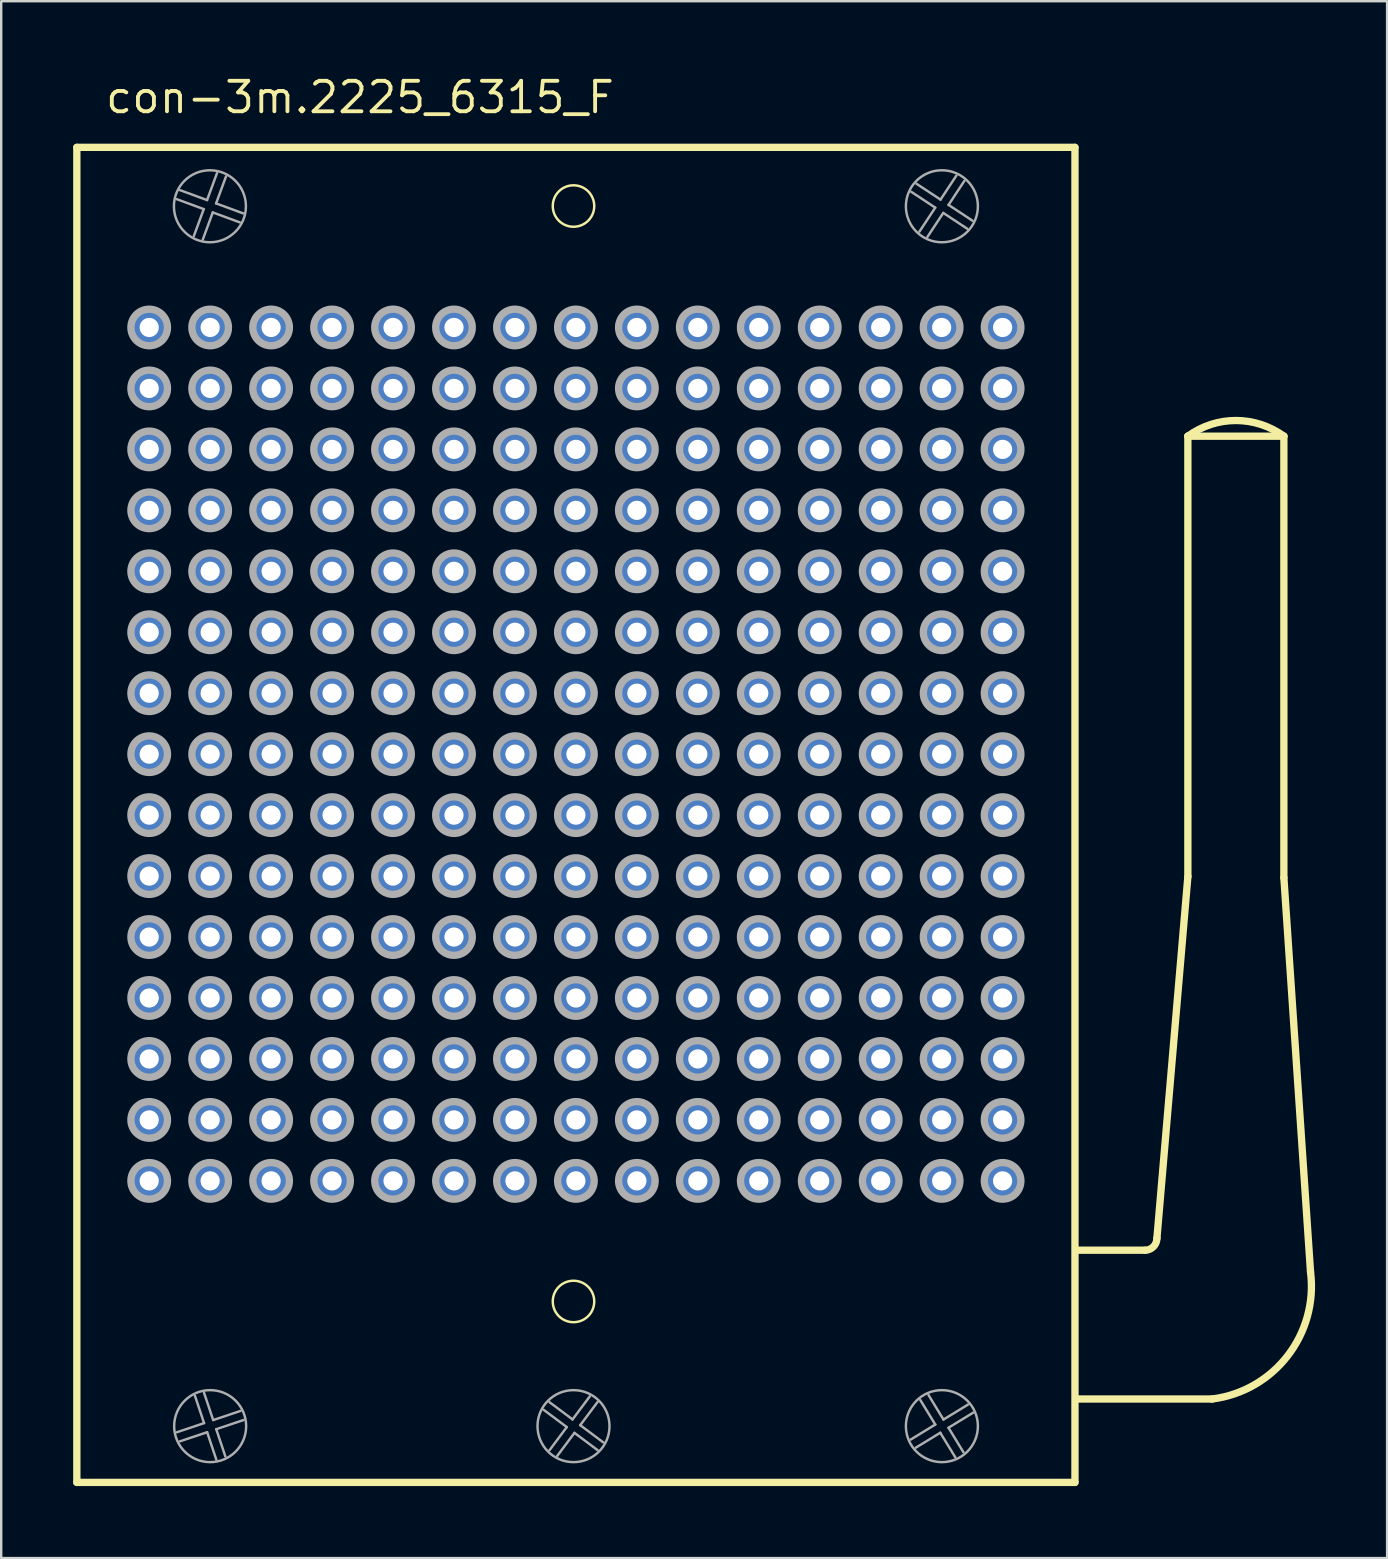
<source format=kicad_pcb>
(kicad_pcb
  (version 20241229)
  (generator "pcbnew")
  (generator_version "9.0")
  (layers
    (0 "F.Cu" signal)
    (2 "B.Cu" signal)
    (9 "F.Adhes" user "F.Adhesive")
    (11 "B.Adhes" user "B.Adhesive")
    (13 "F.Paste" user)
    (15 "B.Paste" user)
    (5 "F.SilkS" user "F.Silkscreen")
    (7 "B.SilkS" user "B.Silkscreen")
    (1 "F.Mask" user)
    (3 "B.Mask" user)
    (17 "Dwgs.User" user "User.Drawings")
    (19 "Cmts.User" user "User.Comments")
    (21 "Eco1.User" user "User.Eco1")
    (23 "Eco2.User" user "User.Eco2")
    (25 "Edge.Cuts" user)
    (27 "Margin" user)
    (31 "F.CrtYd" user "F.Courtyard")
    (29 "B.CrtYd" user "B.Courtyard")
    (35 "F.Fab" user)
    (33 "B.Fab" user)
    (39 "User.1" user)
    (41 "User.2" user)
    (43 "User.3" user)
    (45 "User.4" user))
  (footprint "con-3m.2225_6315_F"
    (layer "F.Cu")
    (at 20.947 28.375)
    (property "Reference" "con-3m.2225_6315_F" (at -19.685 -26.625 0) (layer "F.SilkS") (effects (font (size 1.27 1.27) (thickness 0.16)) (justify left bottom)))
    (attr through_hole)
    (fp_line (start -20.795 -25.285) (end 20.795 -25.285) (stroke (width 0.305) (type default)) (layer "F.SilkS"))
    (fp_line (start -20.795 30.345) (end -20.795 -25.285) (stroke (width 0.305) (type default)) (layer "F.SilkS"))
    (fp_line (start 20.795 -25.285) (end 20.795 30.345) (stroke (width 0.305) (type default)) (layer "F.SilkS"))
    (fp_line (start 20.795 30.345) (end -20.795 30.345) (stroke (width 0.305) (type default)) (layer "F.SilkS"))
    (fp_line (start 23.71 20.67) (end 20.946 20.67) (stroke (width 0.305) (type default)) (layer "F.SilkS"))
    (fp_line (start 24.21 20.17) (end 25.5 5.1) (stroke (width 0.305) (type default)) (layer "F.SilkS"))
    (fp_line (start 25.5 -13.25) (end 29.5 -13.25) (stroke (width 0.305) (type default)) (layer "F.SilkS"))
    (fp_line (start 25.5 5.1) (end 25.5 -13.25) (stroke (width 0.305) (type default)) (layer "F.SilkS"))
    (fp_line (start 26.51 26.87) (end 20.846 26.87) (stroke (width 0.305) (type default)) (layer "F.SilkS"))
    (fp_line (start 29.5 -13.25) (end 29.5 5.15) (stroke (width 0.305) (type default)) (layer "F.SilkS"))
    (fp_line (start 29.5 5.15) (end 30.61 21.57) (stroke (width 0.305) (type default)) (layer "F.SilkS"))
    (fp_arc (start 24.21 20.17) (mid 24.063553 20.523553) (end 23.71 20.67) (stroke (width 0.3048) (type default)) (layer "F.SilkS"))
    (fp_arc (start 25.5 -13.25) (mid 27.5 -13.903325) (end 29.5 -13.25) (stroke (width 0.3048) (type default)) (layer "F.SilkS"))
    (fp_arc (start 30.61 21.57) (mid 29.657666 25.069138) (end 26.51 26.87) (stroke (width 0.3048) (type default)) (layer "F.SilkS"))
    (fp_circle (center -0.1 -22.84) (end 0.764 -22.84) (stroke (width 0.102) (type default)) (fill no) (layer "F.SilkS"))
    (fp_circle (center -0.1 22.805) (end 0.764 22.805) (stroke (width 0.102) (type default)) (fill no) (layer "F.SilkS"))
    (fp_line (start -16.631 28.255) (end -15.493 27.874) (stroke (width 0.102) (type default)) (layer "F.Fab"))
    (fp_line (start -16.495 -23.501) (end -15.369 -23.087) (stroke (width 0.102) (type default)) (layer "F.Fab"))
    (fp_line (start -15.921 -21.585) (end -15.507 -22.711) (stroke (width 0.102) (type default)) (layer "F.Fab"))
    (fp_line (start -15.507 -22.711) (end -16.633 -23.126) (stroke (width 0.102) (type default)) (layer "F.Fab"))
    (fp_line (start -15.495 26.609) (end -15.114 27.747) (stroke (width 0.102) (type default)) (layer "F.Fab"))
    (fp_line (start -15.493 27.874) (end -15.874 26.736) (stroke (width 0.102) (type default)) (layer "F.Fab"))
    (fp_line (start -15.369 -23.087) (end -14.954 -24.213) (stroke (width 0.102) (type default)) (layer "F.Fab"))
    (fp_line (start -15.366 28.253) (end -16.504 28.634) (stroke (width 0.102) (type default)) (layer "F.Fab"))
    (fp_line (start -15.131 -22.573) (end -15.546 -21.447) (stroke (width 0.102) (type default)) (layer "F.Fab"))
    (fp_line (start -15.114 27.747) (end -13.976 27.366) (stroke (width 0.102) (type default)) (layer "F.Fab"))
    (fp_line (start -14.993 -22.949) (end -13.867 -22.534) (stroke (width 0.102) (type default)) (layer "F.Fab"))
    (fp_line (start -14.987 28.126) (end -14.606 29.264) (stroke (width 0.102) (type default)) (layer "F.Fab"))
    (fp_line (start -14.985 29.391) (end -15.366 28.253) (stroke (width 0.102) (type default)) (layer "F.Fab"))
    (fp_line (start -14.579 -24.075) (end -14.993 -22.949) (stroke (width 0.102) (type default)) (layer "F.Fab"))
    (fp_line (start -14.005 -22.159) (end -15.131 -22.573) (stroke (width 0.102) (type default)) (layer "F.Fab"))
    (fp_line (start -13.849 27.745) (end -14.987 28.126) (stroke (width 0.102) (type default)) (layer "F.Fab"))
    (fp_line (start -1.101 27.001) (end -0.14 27.72) (stroke (width 0.102) (type default)) (layer "F.Fab"))
    (fp_line (start -1.099 29.001) (end -0.38 28.04) (stroke (width 0.102) (type default)) (layer "F.Fab"))
    (fp_line (start -0.38 28.04) (end -1.341 27.322) (stroke (width 0.102) (type default)) (layer "F.Fab"))
    (fp_line (start -0.14 27.72) (end 0.579 26.759) (stroke (width 0.102) (type default)) (layer "F.Fab"))
    (fp_line (start -0.06 28.28) (end -0.778 29.241) (stroke (width 0.102) (type default)) (layer "F.Fab"))
    (fp_line (start 0.18 27.96) (end 1.141 28.678) (stroke (width 0.102) (type default)) (layer "F.Fab"))
    (fp_line (start 0.899 26.999) (end 0.18 27.96) (stroke (width 0.102) (type default)) (layer "F.Fab"))
    (fp_line (start 0.901 28.999) (end -0.06 28.28) (stroke (width 0.102) (type default)) (layer "F.Fab"))
    (fp_line (start 13.951 28.559) (end 14.975 27.933) (stroke (width 0.102) (type default)) (layer "F.Fab"))
    (fp_line (start 14.191 -23.768) (end 15.193 -23.107) (stroke (width 0.102) (type default)) (layer "F.Fab"))
    (fp_line (start 14.312 -21.771) (end 14.973 -22.773) (stroke (width 0.102) (type default)) (layer "F.Fab"))
    (fp_line (start 14.691 26.701) (end 15.316 27.725) (stroke (width 0.102) (type default)) (layer "F.Fab"))
    (fp_line (start 14.973 -22.773) (end 13.971 -23.434) (stroke (width 0.102) (type default)) (layer "F.Fab"))
    (fp_line (start 14.975 27.933) (end 14.35 26.909) (stroke (width 0.102) (type default)) (layer "F.Fab"))
    (fp_line (start 15.183 28.275) (end 14.159 28.9) (stroke (width 0.102) (type default)) (layer "F.Fab"))
    (fp_line (start 15.193 -23.107) (end 15.854 -24.109) (stroke (width 0.102) (type default)) (layer "F.Fab"))
    (fp_line (start 15.307 -22.553) (end 14.646 -21.551) (stroke (width 0.102) (type default)) (layer "F.Fab"))
    (fp_line (start 15.316 27.725) (end 16.341 27.1) (stroke (width 0.102) (type default)) (layer "F.Fab"))
    (fp_line (start 15.525 28.066) (end 16.15 29.091) (stroke (width 0.102) (type default)) (layer "F.Fab"))
    (fp_line (start 15.527 -22.887) (end 16.529 -22.226) (stroke (width 0.102) (type default)) (layer "F.Fab"))
    (fp_line (start 15.809 29.299) (end 15.183 28.275) (stroke (width 0.102) (type default)) (layer "F.Fab"))
    (fp_line (start 16.188 -23.889) (end 15.527 -22.887) (stroke (width 0.102) (type default)) (layer "F.Fab"))
    (fp_line (start 16.309 -21.892) (end 15.307 -22.553) (stroke (width 0.102) (type default)) (layer "F.Fab"))
    (fp_line (start 16.549 27.441) (end 15.525 28.066) (stroke (width 0.102) (type default)) (layer "F.Fab"))
    (fp_circle (center -17.78 -17.78) (end -17.018 -17.78) (stroke (width 0.305) (type default)) (fill no) (layer "F.Fab"))
    (fp_circle (center -17.78 -15.24) (end -17.018 -15.24) (stroke (width 0.305) (type default)) (fill no) (layer "F.Fab"))
    (fp_circle (center -17.78 -12.7) (end -17.018 -12.7) (stroke (width 0.305) (type default)) (fill no) (layer "F.Fab"))
    (fp_circle (center -17.78 -10.16) (end -17.018 -10.16) (stroke (width 0.305) (type default)) (fill no) (layer "F.Fab"))
    (fp_circle (center -17.78 -7.62) (end -17.018 -7.62) (stroke (width 0.305) (type default)) (fill no) (layer "F.Fab"))
    (fp_circle (center -17.78 -5.08) (end -17.018 -5.08) (stroke (width 0.305) (type default)) (fill no) (layer "F.Fab"))
    (fp_circle (center -17.78 -2.54) (end -17.018 -2.54) (stroke (width 0.305) (type default)) (fill no) (layer "F.Fab"))
    (fp_circle (center -17.78 0) (end -17.018 0) (stroke (width 0.305) (type default)) (fill no) (layer "F.Fab"))
    (fp_circle (center -17.78 2.54) (end -17.018 2.54) (stroke (width 0.305) (type default)) (fill no) (layer "F.Fab"))
    (fp_circle (center -17.78 5.08) (end -17.018 5.08) (stroke (width 0.305) (type default)) (fill no) (layer "F.Fab"))
    (fp_circle (center -17.78 7.62) (end -17.018 7.62) (stroke (width 0.305) (type default)) (fill no) (layer "F.Fab"))
    (fp_circle (center -17.78 10.16) (end -17.018 10.16) (stroke (width 0.305) (type default)) (fill no) (layer "F.Fab"))
    (fp_circle (center -17.78 12.7) (end -17.018 12.7) (stroke (width 0.305) (type default)) (fill no) (layer "F.Fab"))
    (fp_circle (center -17.78 15.24) (end -17.018 15.24) (stroke (width 0.305) (type default)) (fill no) (layer "F.Fab"))
    (fp_circle (center -17.78 17.78) (end -17.018 17.78) (stroke (width 0.305) (type default)) (fill no) (layer "F.Fab"))
    (fp_circle (center -15.25 -22.83) (end -13.75 -22.83) (stroke (width 0.102) (type default)) (fill no) (layer "F.Fab"))
    (fp_circle (center -15.24 -17.78) (end -14.478 -17.78) (stroke (width 0.305) (type default)) (fill no) (layer "F.Fab"))
    (fp_circle (center -15.24 -15.24) (end -14.478 -15.24) (stroke (width 0.305) (type default)) (fill no) (layer "F.Fab"))
    (fp_circle (center -15.24 -12.7) (end -14.478 -12.7) (stroke (width 0.305) (type default)) (fill no) (layer "F.Fab"))
    (fp_circle (center -15.24 -10.16) (end -14.478 -10.16) (stroke (width 0.305) (type default)) (fill no) (layer "F.Fab"))
    (fp_circle (center -15.24 -7.62) (end -14.478 -7.62) (stroke (width 0.305) (type default)) (fill no) (layer "F.Fab"))
    (fp_circle (center -15.24 -5.08) (end -14.478 -5.08) (stroke (width 0.305) (type default)) (fill no) (layer "F.Fab"))
    (fp_circle (center -15.24 -2.54) (end -14.478 -2.54) (stroke (width 0.305) (type default)) (fill no) (layer "F.Fab"))
    (fp_circle (center -15.24 0) (end -14.478 0) (stroke (width 0.305) (type default)) (fill no) (layer "F.Fab"))
    (fp_circle (center -15.24 2.54) (end -14.478 2.54) (stroke (width 0.305) (type default)) (fill no) (layer "F.Fab"))
    (fp_circle (center -15.24 5.08) (end -14.478 5.08) (stroke (width 0.305) (type default)) (fill no) (layer "F.Fab"))
    (fp_circle (center -15.24 7.62) (end -14.478 7.62) (stroke (width 0.305) (type default)) (fill no) (layer "F.Fab"))
    (fp_circle (center -15.24 10.16) (end -14.478 10.16) (stroke (width 0.305) (type default)) (fill no) (layer "F.Fab"))
    (fp_circle (center -15.24 12.7) (end -14.478 12.7) (stroke (width 0.305) (type default)) (fill no) (layer "F.Fab"))
    (fp_circle (center -15.24 15.24) (end -14.478 15.24) (stroke (width 0.305) (type default)) (fill no) (layer "F.Fab"))
    (fp_circle (center -15.24 17.78) (end -14.478 17.78) (stroke (width 0.305) (type default)) (fill no) (layer "F.Fab"))
    (fp_circle (center -15.24 28) (end -13.74 28) (stroke (width 0.102) (type default)) (fill no) (layer "F.Fab"))
    (fp_circle (center -12.7 -17.78) (end -11.938 -17.78) (stroke (width 0.305) (type default)) (fill no) (layer "F.Fab"))
    (fp_circle (center -12.7 -15.24) (end -11.938 -15.24) (stroke (width 0.305) (type default)) (fill no) (layer "F.Fab"))
    (fp_circle (center -12.7 -12.7) (end -11.938 -12.7) (stroke (width 0.305) (type default)) (fill no) (layer "F.Fab"))
    (fp_circle (center -12.7 -10.16) (end -11.938 -10.16) (stroke (width 0.305) (type default)) (fill no) (layer "F.Fab"))
    (fp_circle (center -12.7 -7.62) (end -11.938 -7.62) (stroke (width 0.305) (type default)) (fill no) (layer "F.Fab"))
    (fp_circle (center -12.7 -5.08) (end -11.938 -5.08) (stroke (width 0.305) (type default)) (fill no) (layer "F.Fab"))
    (fp_circle (center -12.7 -2.54) (end -11.938 -2.54) (stroke (width 0.305) (type default)) (fill no) (layer "F.Fab"))
    (fp_circle (center -12.7 0) (end -11.938 0) (stroke (width 0.305) (type default)) (fill no) (layer "F.Fab"))
    (fp_circle (center -12.7 2.54) (end -11.938 2.54) (stroke (width 0.305) (type default)) (fill no) (layer "F.Fab"))
    (fp_circle (center -12.7 5.08) (end -11.938 5.08) (stroke (width 0.305) (type default)) (fill no) (layer "F.Fab"))
    (fp_circle (center -12.7 7.62) (end -11.938 7.62) (stroke (width 0.305) (type default)) (fill no) (layer "F.Fab"))
    (fp_circle (center -12.7 10.16) (end -11.938 10.16) (stroke (width 0.305) (type default)) (fill no) (layer "F.Fab"))
    (fp_circle (center -12.7 12.7) (end -11.938 12.7) (stroke (width 0.305) (type default)) (fill no) (layer "F.Fab"))
    (fp_circle (center -12.7 15.24) (end -11.938 15.24) (stroke (width 0.305) (type default)) (fill no) (layer "F.Fab"))
    (fp_circle (center -12.7 17.78) (end -11.938 17.78) (stroke (width 0.305) (type default)) (fill no) (layer "F.Fab"))
    (fp_circle (center -10.16 -17.78) (end -9.398 -17.78) (stroke (width 0.305) (type default)) (fill no) (layer "F.Fab"))
    (fp_circle (center -10.16 -15.24) (end -9.398 -15.24) (stroke (width 0.305) (type default)) (fill no) (layer "F.Fab"))
    (fp_circle (center -10.16 -12.7) (end -9.398 -12.7) (stroke (width 0.305) (type default)) (fill no) (layer "F.Fab"))
    (fp_circle (center -10.16 -10.16) (end -9.398 -10.16) (stroke (width 0.305) (type default)) (fill no) (layer "F.Fab"))
    (fp_circle (center -10.16 -7.62) (end -9.398 -7.62) (stroke (width 0.305) (type default)) (fill no) (layer "F.Fab"))
    (fp_circle (center -10.16 -5.08) (end -9.398 -5.08) (stroke (width 0.305) (type default)) (fill no) (layer "F.Fab"))
    (fp_circle (center -10.16 -2.54) (end -9.398 -2.54) (stroke (width 0.305) (type default)) (fill no) (layer "F.Fab"))
    (fp_circle (center -10.16 0) (end -9.398 0) (stroke (width 0.305) (type default)) (fill no) (layer "F.Fab"))
    (fp_circle (center -10.16 2.54) (end -9.398 2.54) (stroke (width 0.305) (type default)) (fill no) (layer "F.Fab"))
    (fp_circle (center -10.16 5.08) (end -9.398 5.08) (stroke (width 0.305) (type default)) (fill no) (layer "F.Fab"))
    (fp_circle (center -10.16 7.62) (end -9.398 7.62) (stroke (width 0.305) (type default)) (fill no) (layer "F.Fab"))
    (fp_circle (center -10.16 10.16) (end -9.398 10.16) (stroke (width 0.305) (type default)) (fill no) (layer "F.Fab"))
    (fp_circle (center -10.16 12.7) (end -9.398 12.7) (stroke (width 0.305) (type default)) (fill no) (layer "F.Fab"))
    (fp_circle (center -10.16 15.24) (end -9.398 15.24) (stroke (width 0.305) (type default)) (fill no) (layer "F.Fab"))
    (fp_circle (center -10.16 17.78) (end -9.398 17.78) (stroke (width 0.305) (type default)) (fill no) (layer "F.Fab"))
    (fp_circle (center -7.62 -17.78) (end -6.858 -17.78) (stroke (width 0.305) (type default)) (fill no) (layer "F.Fab"))
    (fp_circle (center -7.62 -15.24) (end -6.858 -15.24) (stroke (width 0.305) (type default)) (fill no) (layer "F.Fab"))
    (fp_circle (center -7.62 -12.7) (end -6.858 -12.7) (stroke (width 0.305) (type default)) (fill no) (layer "F.Fab"))
    (fp_circle (center -7.62 -10.16) (end -6.858 -10.16) (stroke (width 0.305) (type default)) (fill no) (layer "F.Fab"))
    (fp_circle (center -7.62 -7.62) (end -6.858 -7.62) (stroke (width 0.305) (type default)) (fill no) (layer "F.Fab"))
    (fp_circle (center -7.62 -5.08) (end -6.858 -5.08) (stroke (width 0.305) (type default)) (fill no) (layer "F.Fab"))
    (fp_circle (center -7.62 -2.54) (end -6.858 -2.54) (stroke (width 0.305) (type default)) (fill no) (layer "F.Fab"))
    (fp_circle (center -7.62 0) (end -6.858 0) (stroke (width 0.305) (type default)) (fill no) (layer "F.Fab"))
    (fp_circle (center -7.62 2.54) (end -6.858 2.54) (stroke (width 0.305) (type default)) (fill no) (layer "F.Fab"))
    (fp_circle (center -7.62 5.08) (end -6.858 5.08) (stroke (width 0.305) (type default)) (fill no) (layer "F.Fab"))
    (fp_circle (center -7.62 7.62) (end -6.858 7.62) (stroke (width 0.305) (type default)) (fill no) (layer "F.Fab"))
    (fp_circle (center -7.62 10.16) (end -6.858 10.16) (stroke (width 0.305) (type default)) (fill no) (layer "F.Fab"))
    (fp_circle (center -7.62 12.7) (end -6.858 12.7) (stroke (width 0.305) (type default)) (fill no) (layer "F.Fab"))
    (fp_circle (center -7.62 15.24) (end -6.858 15.24) (stroke (width 0.305) (type default)) (fill no) (layer "F.Fab"))
    (fp_circle (center -7.62 17.78) (end -6.858 17.78) (stroke (width 0.305) (type default)) (fill no) (layer "F.Fab"))
    (fp_circle (center -5.08 -17.78) (end -4.318 -17.78) (stroke (width 0.305) (type default)) (fill no) (layer "F.Fab"))
    (fp_circle (center -5.08 -15.24) (end -4.318 -15.24) (stroke (width 0.305) (type default)) (fill no) (layer "F.Fab"))
    (fp_circle (center -5.08 -12.7) (end -4.318 -12.7) (stroke (width 0.305) (type default)) (fill no) (layer "F.Fab"))
    (fp_circle (center -5.08 -10.16) (end -4.318 -10.16) (stroke (width 0.305) (type default)) (fill no) (layer "F.Fab"))
    (fp_circle (center -5.08 -7.62) (end -4.318 -7.62) (stroke (width 0.305) (type default)) (fill no) (layer "F.Fab"))
    (fp_circle (center -5.08 -5.08) (end -4.318 -5.08) (stroke (width 0.305) (type default)) (fill no) (layer "F.Fab"))
    (fp_circle (center -5.08 -2.54) (end -4.318 -2.54) (stroke (width 0.305) (type default)) (fill no) (layer "F.Fab"))
    (fp_circle (center -5.08 0) (end -4.318 0) (stroke (width 0.305) (type default)) (fill no) (layer "F.Fab"))
    (fp_circle (center -5.08 2.54) (end -4.318 2.54) (stroke (width 0.305) (type default)) (fill no) (layer "F.Fab"))
    (fp_circle (center -5.08 5.08) (end -4.318 5.08) (stroke (width 0.305) (type default)) (fill no) (layer "F.Fab"))
    (fp_circle (center -5.08 7.62) (end -4.318 7.62) (stroke (width 0.305) (type default)) (fill no) (layer "F.Fab"))
    (fp_circle (center -5.08 10.16) (end -4.318 10.16) (stroke (width 0.305) (type default)) (fill no) (layer "F.Fab"))
    (fp_circle (center -5.08 12.7) (end -4.318 12.7) (stroke (width 0.305) (type default)) (fill no) (layer "F.Fab"))
    (fp_circle (center -5.08 15.24) (end -4.318 15.24) (stroke (width 0.305) (type default)) (fill no) (layer "F.Fab"))
    (fp_circle (center -5.08 17.78) (end -4.318 17.78) (stroke (width 0.305) (type default)) (fill no) (layer "F.Fab"))
    (fp_circle (center -2.54 -17.78) (end -1.778 -17.78) (stroke (width 0.305) (type default)) (fill no) (layer "F.Fab"))
    (fp_circle (center -2.54 -15.24) (end -1.778 -15.24) (stroke (width 0.305) (type default)) (fill no) (layer "F.Fab"))
    (fp_circle (center -2.54 -12.7) (end -1.778 -12.7) (stroke (width 0.305) (type default)) (fill no) (layer "F.Fab"))
    (fp_circle (center -2.54 -10.16) (end -1.778 -10.16) (stroke (width 0.305) (type default)) (fill no) (layer "F.Fab"))
    (fp_circle (center -2.54 -7.62) (end -1.778 -7.62) (stroke (width 0.305) (type default)) (fill no) (layer "F.Fab"))
    (fp_circle (center -2.54 -5.08) (end -1.778 -5.08) (stroke (width 0.305) (type default)) (fill no) (layer "F.Fab"))
    (fp_circle (center -2.54 -2.54) (end -1.778 -2.54) (stroke (width 0.305) (type default)) (fill no) (layer "F.Fab"))
    (fp_circle (center -2.54 0) (end -1.778 0) (stroke (width 0.305) (type default)) (fill no) (layer "F.Fab"))
    (fp_circle (center -2.54 2.54) (end -1.778 2.54) (stroke (width 0.305) (type default)) (fill no) (layer "F.Fab"))
    (fp_circle (center -2.54 5.08) (end -1.778 5.08) (stroke (width 0.305) (type default)) (fill no) (layer "F.Fab"))
    (fp_circle (center -2.54 7.62) (end -1.778 7.62) (stroke (width 0.305) (type default)) (fill no) (layer "F.Fab"))
    (fp_circle (center -2.54 10.16) (end -1.778 10.16) (stroke (width 0.305) (type default)) (fill no) (layer "F.Fab"))
    (fp_circle (center -2.54 12.7) (end -1.778 12.7) (stroke (width 0.305) (type default)) (fill no) (layer "F.Fab"))
    (fp_circle (center -2.54 15.24) (end -1.778 15.24) (stroke (width 0.305) (type default)) (fill no) (layer "F.Fab"))
    (fp_circle (center -2.54 17.78) (end -1.778 17.78) (stroke (width 0.305) (type default)) (fill no) (layer "F.Fab"))
    (fp_circle (center -0.1 28) (end 1.4 28) (stroke (width 0.102) (type default)) (fill no) (layer "F.Fab"))
    (fp_circle (center 0 -17.78) (end 0.762 -17.78) (stroke (width 0.305) (type default)) (fill no) (layer "F.Fab"))
    (fp_circle (center 0 -15.24) (end 0.762 -15.24) (stroke (width 0.305) (type default)) (fill no) (layer "F.Fab"))
    (fp_circle (center 0 -12.7) (end 0.762 -12.7) (stroke (width 0.305) (type default)) (fill no) (layer "F.Fab"))
    (fp_circle (center 0 -10.16) (end 0.762 -10.16) (stroke (width 0.305) (type default)) (fill no) (layer "F.Fab"))
    (fp_circle (center 0 -7.62) (end 0.762 -7.62) (stroke (width 0.305) (type default)) (fill no) (layer "F.Fab"))
    (fp_circle (center 0 -5.08) (end 0.762 -5.08) (stroke (width 0.305) (type default)) (fill no) (layer "F.Fab"))
    (fp_circle (center 0 -2.54) (end 0.762 -2.54) (stroke (width 0.305) (type default)) (fill no) (layer "F.Fab"))
    (fp_circle (center 0 0) (end 0.762 0) (stroke (width 0.305) (type default)) (fill no) (layer "F.Fab"))
    (fp_circle (center 0 2.54) (end 0.762 2.54) (stroke (width 0.305) (type default)) (fill no) (layer "F.Fab"))
    (fp_circle (center 0 5.08) (end 0.762 5.08) (stroke (width 0.305) (type default)) (fill no) (layer "F.Fab"))
    (fp_circle (center 0 7.62) (end 0.762 7.62) (stroke (width 0.305) (type default)) (fill no) (layer "F.Fab"))
    (fp_circle (center 0 10.16) (end 0.762 10.16) (stroke (width 0.305) (type default)) (fill no) (layer "F.Fab"))
    (fp_circle (center 0 12.7) (end 0.762 12.7) (stroke (width 0.305) (type default)) (fill no) (layer "F.Fab"))
    (fp_circle (center 0 15.24) (end 0.762 15.24) (stroke (width 0.305) (type default)) (fill no) (layer "F.Fab"))
    (fp_circle (center 0 17.78) (end 0.762 17.78) (stroke (width 0.305) (type default)) (fill no) (layer "F.Fab"))
    (fp_circle (center 2.54 -17.78) (end 3.302 -17.78) (stroke (width 0.305) (type default)) (fill no) (layer "F.Fab"))
    (fp_circle (center 2.54 -15.24) (end 3.302 -15.24) (stroke (width 0.305) (type default)) (fill no) (layer "F.Fab"))
    (fp_circle (center 2.54 -12.7) (end 3.302 -12.7) (stroke (width 0.305) (type default)) (fill no) (layer "F.Fab"))
    (fp_circle (center 2.54 -10.16) (end 3.302 -10.16) (stroke (width 0.305) (type default)) (fill no) (layer "F.Fab"))
    (fp_circle (center 2.54 -7.62) (end 3.302 -7.62) (stroke (width 0.305) (type default)) (fill no) (layer "F.Fab"))
    (fp_circle (center 2.54 -5.08) (end 3.302 -5.08) (stroke (width 0.305) (type default)) (fill no) (layer "F.Fab"))
    (fp_circle (center 2.54 -2.54) (end 3.302 -2.54) (stroke (width 0.305) (type default)) (fill no) (layer "F.Fab"))
    (fp_circle (center 2.54 0) (end 3.302 0) (stroke (width 0.305) (type default)) (fill no) (layer "F.Fab"))
    (fp_circle (center 2.54 2.54) (end 3.302 2.54) (stroke (width 0.305) (type default)) (fill no) (layer "F.Fab"))
    (fp_circle (center 2.54 5.08) (end 3.302 5.08) (stroke (width 0.305) (type default)) (fill no) (layer "F.Fab"))
    (fp_circle (center 2.54 7.62) (end 3.302 7.62) (stroke (width 0.305) (type default)) (fill no) (layer "F.Fab"))
    (fp_circle (center 2.54 10.16) (end 3.302 10.16) (stroke (width 0.305) (type default)) (fill no) (layer "F.Fab"))
    (fp_circle (center 2.54 12.7) (end 3.302 12.7) (stroke (width 0.305) (type default)) (fill no) (layer "F.Fab"))
    (fp_circle (center 2.54 15.24) (end 3.302 15.24) (stroke (width 0.305) (type default)) (fill no) (layer "F.Fab"))
    (fp_circle (center 2.54 17.78) (end 3.302 17.78) (stroke (width 0.305) (type default)) (fill no) (layer "F.Fab"))
    (fp_circle (center 5.08 -17.78) (end 5.842 -17.78) (stroke (width 0.305) (type default)) (fill no) (layer "F.Fab"))
    (fp_circle (center 5.08 -15.24) (end 5.842 -15.24) (stroke (width 0.305) (type default)) (fill no) (layer "F.Fab"))
    (fp_circle (center 5.08 -12.7) (end 5.842 -12.7) (stroke (width 0.305) (type default)) (fill no) (layer "F.Fab"))
    (fp_circle (center 5.08 -10.16) (end 5.842 -10.16) (stroke (width 0.305) (type default)) (fill no) (layer "F.Fab"))
    (fp_circle (center 5.08 -7.62) (end 5.842 -7.62) (stroke (width 0.305) (type default)) (fill no) (layer "F.Fab"))
    (fp_circle (center 5.08 -5.08) (end 5.842 -5.08) (stroke (width 0.305) (type default)) (fill no) (layer "F.Fab"))
    (fp_circle (center 5.08 -2.54) (end 5.842 -2.54) (stroke (width 0.305) (type default)) (fill no) (layer "F.Fab"))
    (fp_circle (center 5.08 0) (end 5.842 0) (stroke (width 0.305) (type default)) (fill no) (layer "F.Fab"))
    (fp_circle (center 5.08 2.54) (end 5.842 2.54) (stroke (width 0.305) (type default)) (fill no) (layer "F.Fab"))
    (fp_circle (center 5.08 5.08) (end 5.842 5.08) (stroke (width 0.305) (type default)) (fill no) (layer "F.Fab"))
    (fp_circle (center 5.08 7.62) (end 5.842 7.62) (stroke (width 0.305) (type default)) (fill no) (layer "F.Fab"))
    (fp_circle (center 5.08 10.16) (end 5.842 10.16) (stroke (width 0.305) (type default)) (fill no) (layer "F.Fab"))
    (fp_circle (center 5.08 12.7) (end 5.842 12.7) (stroke (width 0.305) (type default)) (fill no) (layer "F.Fab"))
    (fp_circle (center 5.08 15.24) (end 5.842 15.24) (stroke (width 0.305) (type default)) (fill no) (layer "F.Fab"))
    (fp_circle (center 5.08 17.78) (end 5.842 17.78) (stroke (width 0.305) (type default)) (fill no) (layer "F.Fab"))
    (fp_circle (center 7.62 -17.78) (end 8.382 -17.78) (stroke (width 0.305) (type default)) (fill no) (layer "F.Fab"))
    (fp_circle (center 7.62 -15.24) (end 8.382 -15.24) (stroke (width 0.305) (type default)) (fill no) (layer "F.Fab"))
    (fp_circle (center 7.62 -12.7) (end 8.382 -12.7) (stroke (width 0.305) (type default)) (fill no) (layer "F.Fab"))
    (fp_circle (center 7.62 -10.16) (end 8.382 -10.16) (stroke (width 0.305) (type default)) (fill no) (layer "F.Fab"))
    (fp_circle (center 7.62 -7.62) (end 8.382 -7.62) (stroke (width 0.305) (type default)) (fill no) (layer "F.Fab"))
    (fp_circle (center 7.62 -5.08) (end 8.382 -5.08) (stroke (width 0.305) (type default)) (fill no) (layer "F.Fab"))
    (fp_circle (center 7.62 -2.54) (end 8.382 -2.54) (stroke (width 0.305) (type default)) (fill no) (layer "F.Fab"))
    (fp_circle (center 7.62 0) (end 8.382 0) (stroke (width 0.305) (type default)) (fill no) (layer "F.Fab"))
    (fp_circle (center 7.62 2.54) (end 8.382 2.54) (stroke (width 0.305) (type default)) (fill no) (layer "F.Fab"))
    (fp_circle (center 7.62 5.08) (end 8.382 5.08) (stroke (width 0.305) (type default)) (fill no) (layer "F.Fab"))
    (fp_circle (center 7.62 7.62) (end 8.382 7.62) (stroke (width 0.305) (type default)) (fill no) (layer "F.Fab"))
    (fp_circle (center 7.62 10.16) (end 8.382 10.16) (stroke (width 0.305) (type default)) (fill no) (layer "F.Fab"))
    (fp_circle (center 7.62 12.7) (end 8.382 12.7) (stroke (width 0.305) (type default)) (fill no) (layer "F.Fab"))
    (fp_circle (center 7.62 15.24) (end 8.382 15.24) (stroke (width 0.305) (type default)) (fill no) (layer "F.Fab"))
    (fp_circle (center 7.62 17.78) (end 8.382 17.78) (stroke (width 0.305) (type default)) (fill no) (layer "F.Fab"))
    (fp_circle (center 10.16 -17.78) (end 10.922 -17.78) (stroke (width 0.305) (type default)) (fill no) (layer "F.Fab"))
    (fp_circle (center 10.16 -15.24) (end 10.922 -15.24) (stroke (width 0.305) (type default)) (fill no) (layer "F.Fab"))
    (fp_circle (center 10.16 -12.7) (end 10.922 -12.7) (stroke (width 0.305) (type default)) (fill no) (layer "F.Fab"))
    (fp_circle (center 10.16 -10.16) (end 10.922 -10.16) (stroke (width 0.305) (type default)) (fill no) (layer "F.Fab"))
    (fp_circle (center 10.16 -7.62) (end 10.922 -7.62) (stroke (width 0.305) (type default)) (fill no) (layer "F.Fab"))
    (fp_circle (center 10.16 -5.08) (end 10.922 -5.08) (stroke (width 0.305) (type default)) (fill no) (layer "F.Fab"))
    (fp_circle (center 10.16 -2.54) (end 10.922 -2.54) (stroke (width 0.305) (type default)) (fill no) (layer "F.Fab"))
    (fp_circle (center 10.16 0) (end 10.922 0) (stroke (width 0.305) (type default)) (fill no) (layer "F.Fab"))
    (fp_circle (center 10.16 2.54) (end 10.922 2.54) (stroke (width 0.305) (type default)) (fill no) (layer "F.Fab"))
    (fp_circle (center 10.16 5.08) (end 10.922 5.08) (stroke (width 0.305) (type default)) (fill no) (layer "F.Fab"))
    (fp_circle (center 10.16 7.62) (end 10.922 7.62) (stroke (width 0.305) (type default)) (fill no) (layer "F.Fab"))
    (fp_circle (center 10.16 10.16) (end 10.922 10.16) (stroke (width 0.305) (type default)) (fill no) (layer "F.Fab"))
    (fp_circle (center 10.16 12.7) (end 10.922 12.7) (stroke (width 0.305) (type default)) (fill no) (layer "F.Fab"))
    (fp_circle (center 10.16 15.24) (end 10.922 15.24) (stroke (width 0.305) (type default)) (fill no) (layer "F.Fab"))
    (fp_circle (center 10.16 17.78) (end 10.922 17.78) (stroke (width 0.305) (type default)) (fill no) (layer "F.Fab"))
    (fp_circle (center 12.7 -17.78) (end 13.462 -17.78) (stroke (width 0.305) (type default)) (fill no) (layer "F.Fab"))
    (fp_circle (center 12.7 -15.24) (end 13.462 -15.24) (stroke (width 0.305) (type default)) (fill no) (layer "F.Fab"))
    (fp_circle (center 12.7 -12.7) (end 13.462 -12.7) (stroke (width 0.305) (type default)) (fill no) (layer "F.Fab"))
    (fp_circle (center 12.7 -10.16) (end 13.462 -10.16) (stroke (width 0.305) (type default)) (fill no) (layer "F.Fab"))
    (fp_circle (center 12.7 -7.62) (end 13.462 -7.62) (stroke (width 0.305) (type default)) (fill no) (layer "F.Fab"))
    (fp_circle (center 12.7 -5.08) (end 13.462 -5.08) (stroke (width 0.305) (type default)) (fill no) (layer "F.Fab"))
    (fp_circle (center 12.7 -2.54) (end 13.462 -2.54) (stroke (width 0.305) (type default)) (fill no) (layer "F.Fab"))
    (fp_circle (center 12.7 0) (end 13.462 0) (stroke (width 0.305) (type default)) (fill no) (layer "F.Fab"))
    (fp_circle (center 12.7 2.54) (end 13.462 2.54) (stroke (width 0.305) (type default)) (fill no) (layer "F.Fab"))
    (fp_circle (center 12.7 5.08) (end 13.462 5.08) (stroke (width 0.305) (type default)) (fill no) (layer "F.Fab"))
    (fp_circle (center 12.7 7.62) (end 13.462 7.62) (stroke (width 0.305) (type default)) (fill no) (layer "F.Fab"))
    (fp_circle (center 12.7 10.16) (end 13.462 10.16) (stroke (width 0.305) (type default)) (fill no) (layer "F.Fab"))
    (fp_circle (center 12.7 12.7) (end 13.462 12.7) (stroke (width 0.305) (type default)) (fill no) (layer "F.Fab"))
    (fp_circle (center 12.7 15.24) (end 13.462 15.24) (stroke (width 0.305) (type default)) (fill no) (layer "F.Fab"))
    (fp_circle (center 12.7 17.78) (end 13.462 17.78) (stroke (width 0.305) (type default)) (fill no) (layer "F.Fab"))
    (fp_circle (center 15.24 -17.78) (end 16.002 -17.78) (stroke (width 0.305) (type default)) (fill no) (layer "F.Fab"))
    (fp_circle (center 15.24 -15.24) (end 16.002 -15.24) (stroke (width 0.305) (type default)) (fill no) (layer "F.Fab"))
    (fp_circle (center 15.24 -12.7) (end 16.002 -12.7) (stroke (width 0.305) (type default)) (fill no) (layer "F.Fab"))
    (fp_circle (center 15.24 -10.16) (end 16.002 -10.16) (stroke (width 0.305) (type default)) (fill no) (layer "F.Fab"))
    (fp_circle (center 15.24 -7.62) (end 16.002 -7.62) (stroke (width 0.305) (type default)) (fill no) (layer "F.Fab"))
    (fp_circle (center 15.24 -5.08) (end 16.002 -5.08) (stroke (width 0.305) (type default)) (fill no) (layer "F.Fab"))
    (fp_circle (center 15.24 -2.54) (end 16.002 -2.54) (stroke (width 0.305) (type default)) (fill no) (layer "F.Fab"))
    (fp_circle (center 15.24 0) (end 16.002 0) (stroke (width 0.305) (type default)) (fill no) (layer "F.Fab"))
    (fp_circle (center 15.24 2.54) (end 16.002 2.54) (stroke (width 0.305) (type default)) (fill no) (layer "F.Fab"))
    (fp_circle (center 15.24 5.08) (end 16.002 5.08) (stroke (width 0.305) (type default)) (fill no) (layer "F.Fab"))
    (fp_circle (center 15.24 7.62) (end 16.002 7.62) (stroke (width 0.305) (type default)) (fill no) (layer "F.Fab"))
    (fp_circle (center 15.24 10.16) (end 16.002 10.16) (stroke (width 0.305) (type default)) (fill no) (layer "F.Fab"))
    (fp_circle (center 15.24 12.7) (end 16.002 12.7) (stroke (width 0.305) (type default)) (fill no) (layer "F.Fab"))
    (fp_circle (center 15.24 15.24) (end 16.002 15.24) (stroke (width 0.305) (type default)) (fill no) (layer "F.Fab"))
    (fp_circle (center 15.24 17.78) (end 16.002 17.78) (stroke (width 0.305) (type default)) (fill no) (layer "F.Fab"))
    (fp_circle (center 15.25 -22.83) (end 16.75 -22.83) (stroke (width 0.102) (type default)) (fill no) (layer "F.Fab"))
    (fp_circle (center 15.25 28) (end 16.75 28) (stroke (width 0.102) (type default)) (fill no) (layer "F.Fab"))
    (fp_circle (center 17.78 -17.78) (end 18.542 -17.78) (stroke (width 0.305) (type default)) (fill no) (layer "F.Fab"))
    (fp_circle (center 17.78 -15.24) (end 18.542 -15.24) (stroke (width 0.305) (type default)) (fill no) (layer "F.Fab"))
    (fp_circle (center 17.78 -12.7) (end 18.542 -12.7) (stroke (width 0.305) (type default)) (fill no) (layer "F.Fab"))
    (fp_circle (center 17.78 -10.16) (end 18.542 -10.16) (stroke (width 0.305) (type default)) (fill no) (layer "F.Fab"))
    (fp_circle (center 17.78 -7.62) (end 18.542 -7.62) (stroke (width 0.305) (type default)) (fill no) (layer "F.Fab"))
    (fp_circle (center 17.78 -5.08) (end 18.542 -5.08) (stroke (width 0.305) (type default)) (fill no) (layer "F.Fab"))
    (fp_circle (center 17.78 -2.54) (end 18.542 -2.54) (stroke (width 0.305) (type default)) (fill no) (layer "F.Fab"))
    (fp_circle (center 17.78 0) (end 18.542 0) (stroke (width 0.305) (type default)) (fill no) (layer "F.Fab"))
    (fp_circle (center 17.78 2.54) (end 18.542 2.54) (stroke (width 0.305) (type default)) (fill no) (layer "F.Fab"))
    (fp_circle (center 17.78 5.08) (end 18.542 5.08) (stroke (width 0.305) (type default)) (fill no) (layer "F.Fab"))
    (fp_circle (center 17.78 7.62) (end 18.542 7.62) (stroke (width 0.305) (type default)) (fill no) (layer "F.Fab"))
    (fp_circle (center 17.78 10.16) (end 18.542 10.16) (stroke (width 0.305) (type default)) (fill no) (layer "F.Fab"))
    (fp_circle (center 17.78 12.7) (end 18.542 12.7) (stroke (width 0.305) (type default)) (fill no) (layer "F.Fab"))
    (fp_circle (center 17.78 15.24) (end 18.542 15.24) (stroke (width 0.305) (type default)) (fill no) (layer "F.Fab"))
    (fp_circle (center 17.78 17.78) (end 18.542 17.78) (stroke (width 0.305) (type default)) (fill no) (layer "F.Fab"))
    (pad "A1" thru_hole circle (at -17.78 -17.78) (size 1.4 1.4) (drill 0.8) (layers "*.Cu" "*.Mask"))
    (pad "A2" thru_hole circle (at -15.24 -17.78) (size 1.4 1.4) (drill 0.8) (layers "*.Cu" "*.Mask"))
    (pad "A3" thru_hole circle (at -12.7 -17.78) (size 1.4 1.4) (drill 0.8) (layers "*.Cu" "*.Mask"))
    (pad "A4" thru_hole circle (at -10.16 -17.78) (size 1.4 1.4) (drill 0.8) (layers "*.Cu" "*.Mask"))
    (pad "A5" thru_hole circle (at -7.62 -17.78) (size 1.4 1.4) (drill 0.8) (layers "*.Cu" "*.Mask"))
    (pad "A6" thru_hole circle (at -5.08 -17.78) (size 1.4 1.4) (drill 0.8) (layers "*.Cu" "*.Mask"))
    (pad "A7" thru_hole circle (at -2.54 -17.78) (size 1.4 1.4) (drill 0.8) (layers "*.Cu" "*.Mask"))
    (pad "A8" thru_hole circle (at 0 -17.78) (size 1.4 1.4) (drill 0.8) (layers "*.Cu" "*.Mask"))
    (pad "A9" thru_hole circle (at 2.54 -17.78) (size 1.4 1.4) (drill 0.8) (layers "*.Cu" "*.Mask"))
    (pad "A10" thru_hole circle (at 5.08 -17.78) (size 1.4 1.4) (drill 0.8) (layers "*.Cu" "*.Mask"))
    (pad "A11" thru_hole circle (at 7.62 -17.78) (size 1.4 1.4) (drill 0.8) (layers "*.Cu" "*.Mask"))
    (pad "A12" thru_hole circle (at 10.16 -17.78) (size 1.4 1.4) (drill 0.8) (layers "*.Cu" "*.Mask"))
    (pad "A13" thru_hole circle (at 12.7 -17.78) (size 1.4 1.4) (drill 0.8) (layers "*.Cu" "*.Mask"))
    (pad "A14" thru_hole circle (at 15.24 -17.78) (size 1.4 1.4) (drill 0.8) (layers "*.Cu" "*.Mask"))
    (pad "A15" thru_hole circle (at 17.78 -17.78) (size 1.4 1.4) (drill 0.8) (layers "*.Cu" "*.Mask"))
    (pad "B1" thru_hole circle (at -17.78 -15.24) (size 1.4 1.4) (drill 0.8) (layers "*.Cu" "*.Mask"))
    (pad "B2" thru_hole circle (at -15.24 -15.24) (size 1.4 1.4) (drill 0.8) (layers "*.Cu" "*.Mask"))
    (pad "B3" thru_hole circle (at -12.7 -15.24) (size 1.4 1.4) (drill 0.8) (layers "*.Cu" "*.Mask"))
    (pad "B4" thru_hole circle (at -10.16 -15.24) (size 1.4 1.4) (drill 0.8) (layers "*.Cu" "*.Mask"))
    (pad "B5" thru_hole circle (at -7.62 -15.24) (size 1.4 1.4) (drill 0.8) (layers "*.Cu" "*.Mask"))
    (pad "B6" thru_hole circle (at -5.08 -15.24) (size 1.4 1.4) (drill 0.8) (layers "*.Cu" "*.Mask"))
    (pad "B7" thru_hole circle (at -2.54 -15.24) (size 1.4 1.4) (drill 0.8) (layers "*.Cu" "*.Mask"))
    (pad "B8" thru_hole circle (at 0 -15.24) (size 1.4 1.4) (drill 0.8) (layers "*.Cu" "*.Mask"))
    (pad "B9" thru_hole circle (at 2.54 -15.24) (size 1.4 1.4) (drill 0.8) (layers "*.Cu" "*.Mask"))
    (pad "B10" thru_hole circle (at 5.08 -15.24) (size 1.4 1.4) (drill 0.8) (layers "*.Cu" "*.Mask"))
    (pad "B11" thru_hole circle (at 7.62 -15.24) (size 1.4 1.4) (drill 0.8) (layers "*.Cu" "*.Mask"))
    (pad "B12" thru_hole circle (at 10.16 -15.24) (size 1.4 1.4) (drill 0.8) (layers "*.Cu" "*.Mask"))
    (pad "B13" thru_hole circle (at 12.7 -15.24) (size 1.4 1.4) (drill 0.8) (layers "*.Cu" "*.Mask"))
    (pad "B14" thru_hole circle (at 15.24 -15.24) (size 1.4 1.4) (drill 0.8) (layers "*.Cu" "*.Mask"))
    (pad "B15" thru_hole circle (at 17.78 -15.24) (size 1.4 1.4) (drill 0.8) (layers "*.Cu" "*.Mask"))
    (pad "C1" thru_hole circle (at -17.78 -12.7) (size 1.4 1.4) (drill 0.8) (layers "*.Cu" "*.Mask"))
    (pad "C2" thru_hole circle (at -15.24 -12.7) (size 1.4 1.4) (drill 0.8) (layers "*.Cu" "*.Mask"))
    (pad "C3" thru_hole circle (at -12.7 -12.7) (size 1.4 1.4) (drill 0.8) (layers "*.Cu" "*.Mask"))
    (pad "C4" thru_hole circle (at -10.16 -12.7) (size 1.4 1.4) (drill 0.8) (layers "*.Cu" "*.Mask"))
    (pad "C5" thru_hole circle (at -7.62 -12.7) (size 1.4 1.4) (drill 0.8) (layers "*.Cu" "*.Mask"))
    (pad "C6" thru_hole circle (at -5.08 -12.7) (size 1.4 1.4) (drill 0.8) (layers "*.Cu" "*.Mask"))
    (pad "C7" thru_hole circle (at -2.54 -12.7) (size 1.4 1.4) (drill 0.8) (layers "*.Cu" "*.Mask"))
    (pad "C8" thru_hole circle (at 0 -12.7) (size 1.4 1.4) (drill 0.8) (layers "*.Cu" "*.Mask"))
    (pad "C9" thru_hole circle (at 2.54 -12.7) (size 1.4 1.4) (drill 0.8) (layers "*.Cu" "*.Mask"))
    (pad "C10" thru_hole circle (at 5.08 -12.7) (size 1.4 1.4) (drill 0.8) (layers "*.Cu" "*.Mask"))
    (pad "C11" thru_hole circle (at 7.62 -12.7) (size 1.4 1.4) (drill 0.8) (layers "*.Cu" "*.Mask"))
    (pad "C12" thru_hole circle (at 10.16 -12.7) (size 1.4 1.4) (drill 0.8) (layers "*.Cu" "*.Mask"))
    (pad "C13" thru_hole circle (at 12.7 -12.7) (size 1.4 1.4) (drill 0.8) (layers "*.Cu" "*.Mask"))
    (pad "C14" thru_hole circle (at 15.24 -12.7) (size 1.4 1.4) (drill 0.8) (layers "*.Cu" "*.Mask"))
    (pad "C15" thru_hole circle (at 17.78 -12.7) (size 1.4 1.4) (drill 0.8) (layers "*.Cu" "*.Mask"))
    (pad "D1" thru_hole circle (at -17.78 -10.16) (size 1.4 1.4) (drill 0.8) (layers "*.Cu" "*.Mask"))
    (pad "D2" thru_hole circle (at -15.24 -10.16) (size 1.4 1.4) (drill 0.8) (layers "*.Cu" "*.Mask"))
    (pad "D3" thru_hole circle (at -12.7 -10.16) (size 1.4 1.4) (drill 0.8) (layers "*.Cu" "*.Mask"))
    (pad "D4" thru_hole circle (at -10.16 -10.16) (size 1.4 1.4) (drill 0.8) (layers "*.Cu" "*.Mask"))
    (pad "D5" thru_hole circle (at -7.62 -10.16) (size 1.4 1.4) (drill 0.8) (layers "*.Cu" "*.Mask"))
    (pad "D6" thru_hole circle (at -5.08 -10.16) (size 1.4 1.4) (drill 0.8) (layers "*.Cu" "*.Mask"))
    (pad "D7" thru_hole circle (at -2.54 -10.16) (size 1.4 1.4) (drill 0.8) (layers "*.Cu" "*.Mask"))
    (pad "D8" thru_hole circle (at 0 -10.16) (size 1.4 1.4) (drill 0.8) (layers "*.Cu" "*.Mask"))
    (pad "D9" thru_hole circle (at 2.54 -10.16) (size 1.4 1.4) (drill 0.8) (layers "*.Cu" "*.Mask"))
    (pad "D10" thru_hole circle (at 5.08 -10.16) (size 1.4 1.4) (drill 0.8) (layers "*.Cu" "*.Mask"))
    (pad "D11" thru_hole circle (at 7.62 -10.16) (size 1.4 1.4) (drill 0.8) (layers "*.Cu" "*.Mask"))
    (pad "D12" thru_hole circle (at 10.16 -10.16) (size 1.4 1.4) (drill 0.8) (layers "*.Cu" "*.Mask"))
    (pad "D13" thru_hole circle (at 12.7 -10.16) (size 1.4 1.4) (drill 0.8) (layers "*.Cu" "*.Mask"))
    (pad "D14" thru_hole circle (at 15.24 -10.16) (size 1.4 1.4) (drill 0.8) (layers "*.Cu" "*.Mask"))
    (pad "D15" thru_hole circle (at 17.78 -10.16) (size 1.4 1.4) (drill 0.8) (layers "*.Cu" "*.Mask"))
    (pad "E1" thru_hole circle (at -17.78 -7.62) (size 1.4 1.4) (drill 0.8) (layers "*.Cu" "*.Mask"))
    (pad "E2" thru_hole circle (at -15.24 -7.62) (size 1.4 1.4) (drill 0.8) (layers "*.Cu" "*.Mask"))
    (pad "E3" thru_hole circle (at -12.7 -7.62) (size 1.4 1.4) (drill 0.8) (layers "*.Cu" "*.Mask"))
    (pad "E4" thru_hole circle (at -10.16 -7.62) (size 1.4 1.4) (drill 0.8) (layers "*.Cu" "*.Mask"))
    (pad "E5" thru_hole circle (at -7.62 -7.62) (size 1.4 1.4) (drill 0.8) (layers "*.Cu" "*.Mask"))
    (pad "E6" thru_hole circle (at -5.08 -7.62) (size 1.4 1.4) (drill 0.8) (layers "*.Cu" "*.Mask"))
    (pad "E7" thru_hole circle (at -2.54 -7.62) (size 1.4 1.4) (drill 0.8) (layers "*.Cu" "*.Mask"))
    (pad "E8" thru_hole circle (at 0 -7.62) (size 1.4 1.4) (drill 0.8) (layers "*.Cu" "*.Mask"))
    (pad "E9" thru_hole circle (at 2.54 -7.62) (size 1.4 1.4) (drill 0.8) (layers "*.Cu" "*.Mask"))
    (pad "E10" thru_hole circle (at 5.08 -7.62) (size 1.4 1.4) (drill 0.8) (layers "*.Cu" "*.Mask"))
    (pad "E11" thru_hole circle (at 7.62 -7.62) (size 1.4 1.4) (drill 0.8) (layers "*.Cu" "*.Mask"))
    (pad "E12" thru_hole circle (at 10.16 -7.62) (size 1.4 1.4) (drill 0.8) (layers "*.Cu" "*.Mask"))
    (pad "E13" thru_hole circle (at 12.7 -7.62) (size 1.4 1.4) (drill 0.8) (layers "*.Cu" "*.Mask"))
    (pad "E14" thru_hole circle (at 15.24 -7.62) (size 1.4 1.4) (drill 0.8) (layers "*.Cu" "*.Mask"))
    (pad "E15" thru_hole circle (at 17.78 -7.62) (size 1.4 1.4) (drill 0.8) (layers "*.Cu" "*.Mask"))
    (pad "F1" thru_hole circle (at -17.78 -5.08) (size 1.4 1.4) (drill 0.8) (layers "*.Cu" "*.Mask"))
    (pad "F2" thru_hole circle (at -15.24 -5.08) (size 1.4 1.4) (drill 0.8) (layers "*.Cu" "*.Mask"))
    (pad "F3" thru_hole circle (at -12.7 -5.08) (size 1.4 1.4) (drill 0.8) (layers "*.Cu" "*.Mask"))
    (pad "F4" thru_hole circle (at -10.16 -5.08) (size 1.4 1.4) (drill 0.8) (layers "*.Cu" "*.Mask"))
    (pad "F5" thru_hole circle (at -7.62 -5.08) (size 1.4 1.4) (drill 0.8) (layers "*.Cu" "*.Mask"))
    (pad "F6" thru_hole circle (at -5.08 -5.08) (size 1.4 1.4) (drill 0.8) (layers "*.Cu" "*.Mask"))
    (pad "F7" thru_hole circle (at -2.54 -5.08) (size 1.4 1.4) (drill 0.8) (layers "*.Cu" "*.Mask"))
    (pad "F8" thru_hole circle (at 0 -5.08) (size 1.4 1.4) (drill 0.8) (layers "*.Cu" "*.Mask"))
    (pad "F9" thru_hole circle (at 2.54 -5.08) (size 1.4 1.4) (drill 0.8) (layers "*.Cu" "*.Mask"))
    (pad "F10" thru_hole circle (at 5.08 -5.08) (size 1.4 1.4) (drill 0.8) (layers "*.Cu" "*.Mask"))
    (pad "F11" thru_hole circle (at 7.62 -5.08) (size 1.4 1.4) (drill 0.8) (layers "*.Cu" "*.Mask"))
    (pad "F12" thru_hole circle (at 10.16 -5.08) (size 1.4 1.4) (drill 0.8) (layers "*.Cu" "*.Mask"))
    (pad "F13" thru_hole circle (at 12.7 -5.08) (size 1.4 1.4) (drill 0.8) (layers "*.Cu" "*.Mask"))
    (pad "F14" thru_hole circle (at 15.24 -5.08) (size 1.4 1.4) (drill 0.8) (layers "*.Cu" "*.Mask"))
    (pad "F15" thru_hole circle (at 17.78 -5.08) (size 1.4 1.4) (drill 0.8) (layers "*.Cu" "*.Mask"))
    (pad "G1" thru_hole circle (at -17.78 -2.54) (size 1.4 1.4) (drill 0.8) (layers "*.Cu" "*.Mask"))
    (pad "G2" thru_hole circle (at -15.24 -2.54) (size 1.4 1.4) (drill 0.8) (layers "*.Cu" "*.Mask"))
    (pad "G3" thru_hole circle (at -12.7 -2.54) (size 1.4 1.4) (drill 0.8) (layers "*.Cu" "*.Mask"))
    (pad "G4" thru_hole circle (at -10.16 -2.54) (size 1.4 1.4) (drill 0.8) (layers "*.Cu" "*.Mask"))
    (pad "G5" thru_hole circle (at -7.62 -2.54) (size 1.4 1.4) (drill 0.8) (layers "*.Cu" "*.Mask"))
    (pad "G6" thru_hole circle (at -5.08 -2.54) (size 1.4 1.4) (drill 0.8) (layers "*.Cu" "*.Mask"))
    (pad "G7" thru_hole circle (at -2.54 -2.54) (size 1.4 1.4) (drill 0.8) (layers "*.Cu" "*.Mask"))
    (pad "G8" thru_hole circle (at 0 -2.54) (size 1.4 1.4) (drill 0.8) (layers "*.Cu" "*.Mask"))
    (pad "G9" thru_hole circle (at 2.54 -2.54) (size 1.4 1.4) (drill 0.8) (layers "*.Cu" "*.Mask"))
    (pad "G10" thru_hole circle (at 5.08 -2.54) (size 1.4 1.4) (drill 0.8) (layers "*.Cu" "*.Mask"))
    (pad "G11" thru_hole circle (at 7.62 -2.54) (size 1.4 1.4) (drill 0.8) (layers "*.Cu" "*.Mask"))
    (pad "G12" thru_hole circle (at 10.16 -2.54) (size 1.4 1.4) (drill 0.8) (layers "*.Cu" "*.Mask"))
    (pad "G13" thru_hole circle (at 12.7 -2.54) (size 1.4 1.4) (drill 0.8) (layers "*.Cu" "*.Mask"))
    (pad "G14" thru_hole circle (at 15.24 -2.54) (size 1.4 1.4) (drill 0.8) (layers "*.Cu" "*.Mask"))
    (pad "G15" thru_hole circle (at 17.78 -2.54) (size 1.4 1.4) (drill 0.8) (layers "*.Cu" "*.Mask"))
    (pad "H1" thru_hole circle (at -17.78 0) (size 1.4 1.4) (drill 0.8) (layers "*.Cu" "*.Mask"))
    (pad "H2" thru_hole circle (at -15.24 0) (size 1.4 1.4) (drill 0.8) (layers "*.Cu" "*.Mask"))
    (pad "H3" thru_hole circle (at -12.7 0) (size 1.4 1.4) (drill 0.8) (layers "*.Cu" "*.Mask"))
    (pad "H4" thru_hole circle (at -10.16 0) (size 1.4 1.4) (drill 0.8) (layers "*.Cu" "*.Mask"))
    (pad "H5" thru_hole circle (at -7.62 0) (size 1.4 1.4) (drill 0.8) (layers "*.Cu" "*.Mask"))
    (pad "H6" thru_hole circle (at -5.08 0) (size 1.4 1.4) (drill 0.8) (layers "*.Cu" "*.Mask"))
    (pad "H7" thru_hole circle (at -2.54 0) (size 1.4 1.4) (drill 0.8) (layers "*.Cu" "*.Mask"))
    (pad "H8" thru_hole circle (at 0 0) (size 1.4 1.4) (drill 0.8) (layers "*.Cu" "*.Mask"))
    (pad "H9" thru_hole circle (at 2.54 0) (size 1.4 1.4) (drill 0.8) (layers "*.Cu" "*.Mask"))
    (pad "H10" thru_hole circle (at 5.08 0) (size 1.4 1.4) (drill 0.8) (layers "*.Cu" "*.Mask"))
    (pad "H11" thru_hole circle (at 7.62 0) (size 1.4 1.4) (drill 0.8) (layers "*.Cu" "*.Mask"))
    (pad "H12" thru_hole circle (at 10.16 0) (size 1.4 1.4) (drill 0.8) (layers "*.Cu" "*.Mask"))
    (pad "H13" thru_hole circle (at 12.7 0) (size 1.4 1.4) (drill 0.8) (layers "*.Cu" "*.Mask"))
    (pad "H14" thru_hole circle (at 15.24 0) (size 1.4 1.4) (drill 0.8) (layers "*.Cu" "*.Mask"))
    (pad "H15" thru_hole circle (at 17.78 0) (size 1.4 1.4) (drill 0.8) (layers "*.Cu" "*.Mask"))
    (pad "J1" thru_hole circle (at -17.78 2.54) (size 1.4 1.4) (drill 0.8) (layers "*.Cu" "*.Mask"))
    (pad "J2" thru_hole circle (at -15.24 2.54) (size 1.4 1.4) (drill 0.8) (layers "*.Cu" "*.Mask"))
    (pad "J3" thru_hole circle (at -12.7 2.54) (size 1.4 1.4) (drill 0.8) (layers "*.Cu" "*.Mask"))
    (pad "J4" thru_hole circle (at -10.16 2.54) (size 1.4 1.4) (drill 0.8) (layers "*.Cu" "*.Mask"))
    (pad "J5" thru_hole circle (at -7.62 2.54) (size 1.4 1.4) (drill 0.8) (layers "*.Cu" "*.Mask"))
    (pad "J6" thru_hole circle (at -5.08 2.54) (size 1.4 1.4) (drill 0.8) (layers "*.Cu" "*.Mask"))
    (pad "J7" thru_hole circle (at -2.54 2.54) (size 1.4 1.4) (drill 0.8) (layers "*.Cu" "*.Mask"))
    (pad "J8" thru_hole circle (at 0 2.54) (size 1.4 1.4) (drill 0.8) (layers "*.Cu" "*.Mask"))
    (pad "J9" thru_hole circle (at 2.54 2.54) (size 1.4 1.4) (drill 0.8) (layers "*.Cu" "*.Mask"))
    (pad "J10" thru_hole circle (at 5.08 2.54) (size 1.4 1.4) (drill 0.8) (layers "*.Cu" "*.Mask"))
    (pad "J11" thru_hole circle (at 7.62 2.54) (size 1.4 1.4) (drill 0.8) (layers "*.Cu" "*.Mask"))
    (pad "J12" thru_hole circle (at 10.16 2.54) (size 1.4 1.4) (drill 0.8) (layers "*.Cu" "*.Mask"))
    (pad "J13" thru_hole circle (at 12.7 2.54) (size 1.4 1.4) (drill 0.8) (layers "*.Cu" "*.Mask"))
    (pad "J14" thru_hole circle (at 15.24 2.54) (size 1.4 1.4) (drill 0.8) (layers "*.Cu" "*.Mask"))
    (pad "J15" thru_hole circle (at 17.78 2.54) (size 1.4 1.4) (drill 0.8) (layers "*.Cu" "*.Mask"))
    (pad "K1" thru_hole circle (at -17.78 5.08) (size 1.4 1.4) (drill 0.8) (layers "*.Cu" "*.Mask"))
    (pad "K2" thru_hole circle (at -15.24 5.08) (size 1.4 1.4) (drill 0.8) (layers "*.Cu" "*.Mask"))
    (pad "K3" thru_hole circle (at -12.7 5.08) (size 1.4 1.4) (drill 0.8) (layers "*.Cu" "*.Mask"))
    (pad "K4" thru_hole circle (at -10.16 5.08) (size 1.4 1.4) (drill 0.8) (layers "*.Cu" "*.Mask"))
    (pad "K5" thru_hole circle (at -7.62 5.08) (size 1.4 1.4) (drill 0.8) (layers "*.Cu" "*.Mask"))
    (pad "K6" thru_hole circle (at -5.08 5.08) (size 1.4 1.4) (drill 0.8) (layers "*.Cu" "*.Mask"))
    (pad "K7" thru_hole circle (at -2.54 5.08) (size 1.4 1.4) (drill 0.8) (layers "*.Cu" "*.Mask"))
    (pad "K8" thru_hole circle (at 0 5.08) (size 1.4 1.4) (drill 0.8) (layers "*.Cu" "*.Mask"))
    (pad "K9" thru_hole circle (at 2.54 5.08) (size 1.4 1.4) (drill 0.8) (layers "*.Cu" "*.Mask"))
    (pad "K10" thru_hole circle (at 5.08 5.08) (size 1.4 1.4) (drill 0.8) (layers "*.Cu" "*.Mask"))
    (pad "K11" thru_hole circle (at 7.62 5.08) (size 1.4 1.4) (drill 0.8) (layers "*.Cu" "*.Mask"))
    (pad "K12" thru_hole circle (at 10.16 5.08) (size 1.4 1.4) (drill 0.8) (layers "*.Cu" "*.Mask"))
    (pad "K13" thru_hole circle (at 12.7 5.08) (size 1.4 1.4) (drill 0.8) (layers "*.Cu" "*.Mask"))
    (pad "K14" thru_hole circle (at 15.24 5.08) (size 1.4 1.4) (drill 0.8) (layers "*.Cu" "*.Mask"))
    (pad "K15" thru_hole circle (at 17.78 5.08) (size 1.4 1.4) (drill 0.8) (layers "*.Cu" "*.Mask"))
    (pad "L1" thru_hole circle (at -17.78 7.62) (size 1.4 1.4) (drill 0.8) (layers "*.Cu" "*.Mask"))
    (pad "L2" thru_hole circle (at -15.24 7.62) (size 1.4 1.4) (drill 0.8) (layers "*.Cu" "*.Mask"))
    (pad "L3" thru_hole circle (at -12.7 7.62) (size 1.4 1.4) (drill 0.8) (layers "*.Cu" "*.Mask"))
    (pad "L4" thru_hole circle (at -10.16 7.62) (size 1.4 1.4) (drill 0.8) (layers "*.Cu" "*.Mask"))
    (pad "L5" thru_hole circle (at -7.62 7.62) (size 1.4 1.4) (drill 0.8) (layers "*.Cu" "*.Mask"))
    (pad "L6" thru_hole circle (at -5.08 7.62) (size 1.4 1.4) (drill 0.8) (layers "*.Cu" "*.Mask"))
    (pad "L7" thru_hole circle (at -2.54 7.62) (size 1.4 1.4) (drill 0.8) (layers "*.Cu" "*.Mask"))
    (pad "L8" thru_hole circle (at 0 7.62) (size 1.4 1.4) (drill 0.8) (layers "*.Cu" "*.Mask"))
    (pad "L9" thru_hole circle (at 2.54 7.62) (size 1.4 1.4) (drill 0.8) (layers "*.Cu" "*.Mask"))
    (pad "L10" thru_hole circle (at 5.08 7.62) (size 1.4 1.4) (drill 0.8) (layers "*.Cu" "*.Mask"))
    (pad "L11" thru_hole circle (at 7.62 7.62) (size 1.4 1.4) (drill 0.8) (layers "*.Cu" "*.Mask"))
    (pad "L12" thru_hole circle (at 10.16 7.62) (size 1.4 1.4) (drill 0.8) (layers "*.Cu" "*.Mask"))
    (pad "L13" thru_hole circle (at 12.7 7.62) (size 1.4 1.4) (drill 0.8) (layers "*.Cu" "*.Mask"))
    (pad "L14" thru_hole circle (at 15.24 7.62) (size 1.4 1.4) (drill 0.8) (layers "*.Cu" "*.Mask"))
    (pad "L15" thru_hole circle (at 17.78 7.62) (size 1.4 1.4) (drill 0.8) (layers "*.Cu" "*.Mask"))
    (pad "M1" thru_hole circle (at -17.78 10.16) (size 1.4 1.4) (drill 0.8) (layers "*.Cu" "*.Mask"))
    (pad "M2" thru_hole circle (at -15.24 10.16) (size 1.4 1.4) (drill 0.8) (layers "*.Cu" "*.Mask"))
    (pad "M3" thru_hole circle (at -12.7 10.16) (size 1.4 1.4) (drill 0.8) (layers "*.Cu" "*.Mask"))
    (pad "M4" thru_hole circle (at -10.16 10.16) (size 1.4 1.4) (drill 0.8) (layers "*.Cu" "*.Mask"))
    (pad "M5" thru_hole circle (at -7.62 10.16) (size 1.4 1.4) (drill 0.8) (layers "*.Cu" "*.Mask"))
    (pad "M6" thru_hole circle (at -5.08 10.16) (size 1.4 1.4) (drill 0.8) (layers "*.Cu" "*.Mask"))
    (pad "M7" thru_hole circle (at -2.54 10.16) (size 1.4 1.4) (drill 0.8) (layers "*.Cu" "*.Mask"))
    (pad "M8" thru_hole circle (at 0 10.16) (size 1.4 1.4) (drill 0.8) (layers "*.Cu" "*.Mask"))
    (pad "M9" thru_hole circle (at 2.54 10.16) (size 1.4 1.4) (drill 0.8) (layers "*.Cu" "*.Mask"))
    (pad "M10" thru_hole circle (at 5.08 10.16) (size 1.4 1.4) (drill 0.8) (layers "*.Cu" "*.Mask"))
    (pad "M11" thru_hole circle (at 7.62 10.16) (size 1.4 1.4) (drill 0.8) (layers "*.Cu" "*.Mask"))
    (pad "M12" thru_hole circle (at 10.16 10.16) (size 1.4 1.4) (drill 0.8) (layers "*.Cu" "*.Mask"))
    (pad "M13" thru_hole circle (at 12.7 10.16) (size 1.4 1.4) (drill 0.8) (layers "*.Cu" "*.Mask"))
    (pad "M14" thru_hole circle (at 15.24 10.16) (size 1.4 1.4) (drill 0.8) (layers "*.Cu" "*.Mask"))
    (pad "M15" thru_hole circle (at 17.78 10.16) (size 1.4 1.4) (drill 0.8) (layers "*.Cu" "*.Mask"))
    (pad "N1" thru_hole circle (at -17.78 12.7) (size 1.4 1.4) (drill 0.8) (layers "*.Cu" "*.Mask"))
    (pad "N2" thru_hole circle (at -15.24 12.7) (size 1.4 1.4) (drill 0.8) (layers "*.Cu" "*.Mask"))
    (pad "N3" thru_hole circle (at -12.7 12.7) (size 1.4 1.4) (drill 0.8) (layers "*.Cu" "*.Mask"))
    (pad "N4" thru_hole circle (at -10.16 12.7) (size 1.4 1.4) (drill 0.8) (layers "*.Cu" "*.Mask"))
    (pad "N5" thru_hole circle (at -7.62 12.7) (size 1.4 1.4) (drill 0.8) (layers "*.Cu" "*.Mask"))
    (pad "N6" thru_hole circle (at -5.08 12.7) (size 1.4 1.4) (drill 0.8) (layers "*.Cu" "*.Mask"))
    (pad "N7" thru_hole circle (at -2.54 12.7) (size 1.4 1.4) (drill 0.8) (layers "*.Cu" "*.Mask"))
    (pad "N8" thru_hole circle (at 0 12.7) (size 1.4 1.4) (drill 0.8) (layers "*.Cu" "*.Mask"))
    (pad "N9" thru_hole circle (at 2.54 12.7) (size 1.4 1.4) (drill 0.8) (layers "*.Cu" "*.Mask"))
    (pad "N10" thru_hole circle (at 5.08 12.7) (size 1.4 1.4) (drill 0.8) (layers "*.Cu" "*.Mask"))
    (pad "N11" thru_hole circle (at 7.62 12.7) (size 1.4 1.4) (drill 0.8) (layers "*.Cu" "*.Mask"))
    (pad "N12" thru_hole circle (at 10.16 12.7) (size 1.4 1.4) (drill 0.8) (layers "*.Cu" "*.Mask"))
    (pad "N13" thru_hole circle (at 12.7 12.7) (size 1.4 1.4) (drill 0.8) (layers "*.Cu" "*.Mask"))
    (pad "N14" thru_hole circle (at 15.24 12.7) (size 1.4 1.4) (drill 0.8) (layers "*.Cu" "*.Mask"))
    (pad "N15" thru_hole circle (at 17.78 12.7) (size 1.4 1.4) (drill 0.8) (layers "*.Cu" "*.Mask"))
    (pad "P1" thru_hole circle (at -17.78 15.24) (size 1.4 1.4) (drill 0.8) (layers "*.Cu" "*.Mask"))
    (pad "P2" thru_hole circle (at -15.24 15.24) (size 1.4 1.4) (drill 0.8) (layers "*.Cu" "*.Mask"))
    (pad "P3" thru_hole circle (at -12.7 15.24) (size 1.4 1.4) (drill 0.8) (layers "*.Cu" "*.Mask"))
    (pad "P4" thru_hole circle (at -10.16 15.24) (size 1.4 1.4) (drill 0.8) (layers "*.Cu" "*.Mask"))
    (pad "P5" thru_hole circle (at -7.62 15.24) (size 1.4 1.4) (drill 0.8) (layers "*.Cu" "*.Mask"))
    (pad "P6" thru_hole circle (at -5.08 15.24) (size 1.4 1.4) (drill 0.8) (layers "*.Cu" "*.Mask"))
    (pad "P7" thru_hole circle (at -2.54 15.24) (size 1.4 1.4) (drill 0.8) (layers "*.Cu" "*.Mask"))
    (pad "P8" thru_hole circle (at 0 15.24) (size 1.4 1.4) (drill 0.8) (layers "*.Cu" "*.Mask"))
    (pad "P9" thru_hole circle (at 2.54 15.24) (size 1.4 1.4) (drill 0.8) (layers "*.Cu" "*.Mask"))
    (pad "P10" thru_hole circle (at 5.08 15.24) (size 1.4 1.4) (drill 0.8) (layers "*.Cu" "*.Mask"))
    (pad "P11" thru_hole circle (at 7.62 15.24) (size 1.4 1.4) (drill 0.8) (layers "*.Cu" "*.Mask"))
    (pad "P12" thru_hole circle (at 10.16 15.24) (size 1.4 1.4) (drill 0.8) (layers "*.Cu" "*.Mask"))
    (pad "P13" thru_hole circle (at 12.7 15.24) (size 1.4 1.4) (drill 0.8) (layers "*.Cu" "*.Mask"))
    (pad "P14" thru_hole circle (at 15.24 15.24) (size 1.4 1.4) (drill 0.8) (layers "*.Cu" "*.Mask"))
    (pad "P15" thru_hole circle (at 17.78 15.24) (size 1.4 1.4) (drill 0.8) (layers "*.Cu" "*.Mask"))
    (pad "Q1" thru_hole circle (at -17.78 17.78) (size 1.4 1.4) (drill 0.8) (layers "*.Cu" "*.Mask"))
    (pad "Q2" thru_hole circle (at -15.24 17.78) (size 1.4 1.4) (drill 0.8) (layers "*.Cu" "*.Mask"))
    (pad "Q3" thru_hole circle (at -12.7 17.78) (size 1.4 1.4) (drill 0.8) (layers "*.Cu" "*.Mask"))
    (pad "Q4" thru_hole circle (at -10.16 17.78) (size 1.4 1.4) (drill 0.8) (layers "*.Cu" "*.Mask"))
    (pad "Q5" thru_hole circle (at -7.62 17.78) (size 1.4 1.4) (drill 0.8) (layers "*.Cu" "*.Mask"))
    (pad "Q6" thru_hole circle (at -5.08 17.78) (size 1.4 1.4) (drill 0.8) (layers "*.Cu" "*.Mask"))
    (pad "Q7" thru_hole circle (at -2.54 17.78) (size 1.4 1.4) (drill 0.8) (layers "*.Cu" "*.Mask"))
    (pad "Q8" thru_hole circle (at 0 17.78) (size 1.4 1.4) (drill 0.8) (layers "*.Cu" "*.Mask"))
    (pad "Q9" thru_hole circle (at 2.54 17.78) (size 1.4 1.4) (drill 0.8) (layers "*.Cu" "*.Mask"))
    (pad "Q10" thru_hole circle (at 5.08 17.78) (size 1.4 1.4) (drill 0.8) (layers "*.Cu" "*.Mask"))
    (pad "Q11" thru_hole circle (at 7.62 17.78) (size 1.4 1.4) (drill 0.8) (layers "*.Cu" "*.Mask"))
    (pad "Q12" thru_hole circle (at 10.16 17.78) (size 1.4 1.4) (drill 0.8) (layers "*.Cu" "*.Mask"))
    (pad "Q13" thru_hole circle (at 12.7 17.78) (size 1.4 1.4) (drill 0.8) (layers "*.Cu" "*.Mask"))
    (pad "Q14" thru_hole circle (at 15.24 17.78) (size 1.4 1.4) (drill 0.8) (layers "*.Cu" "*.Mask"))
    (pad "Q15" thru_hole circle (at 17.78 17.78) (size 1.4 1.4) (drill 0.8) (layers "*.Cu" "*.Mask")))
  (gr_rect
    (start -3 -3)
    (end 54.748 61.872)
    (stroke (width 0.1) (type default))
    (fill no)
    (layer "Edge.Cuts")))
</source>
